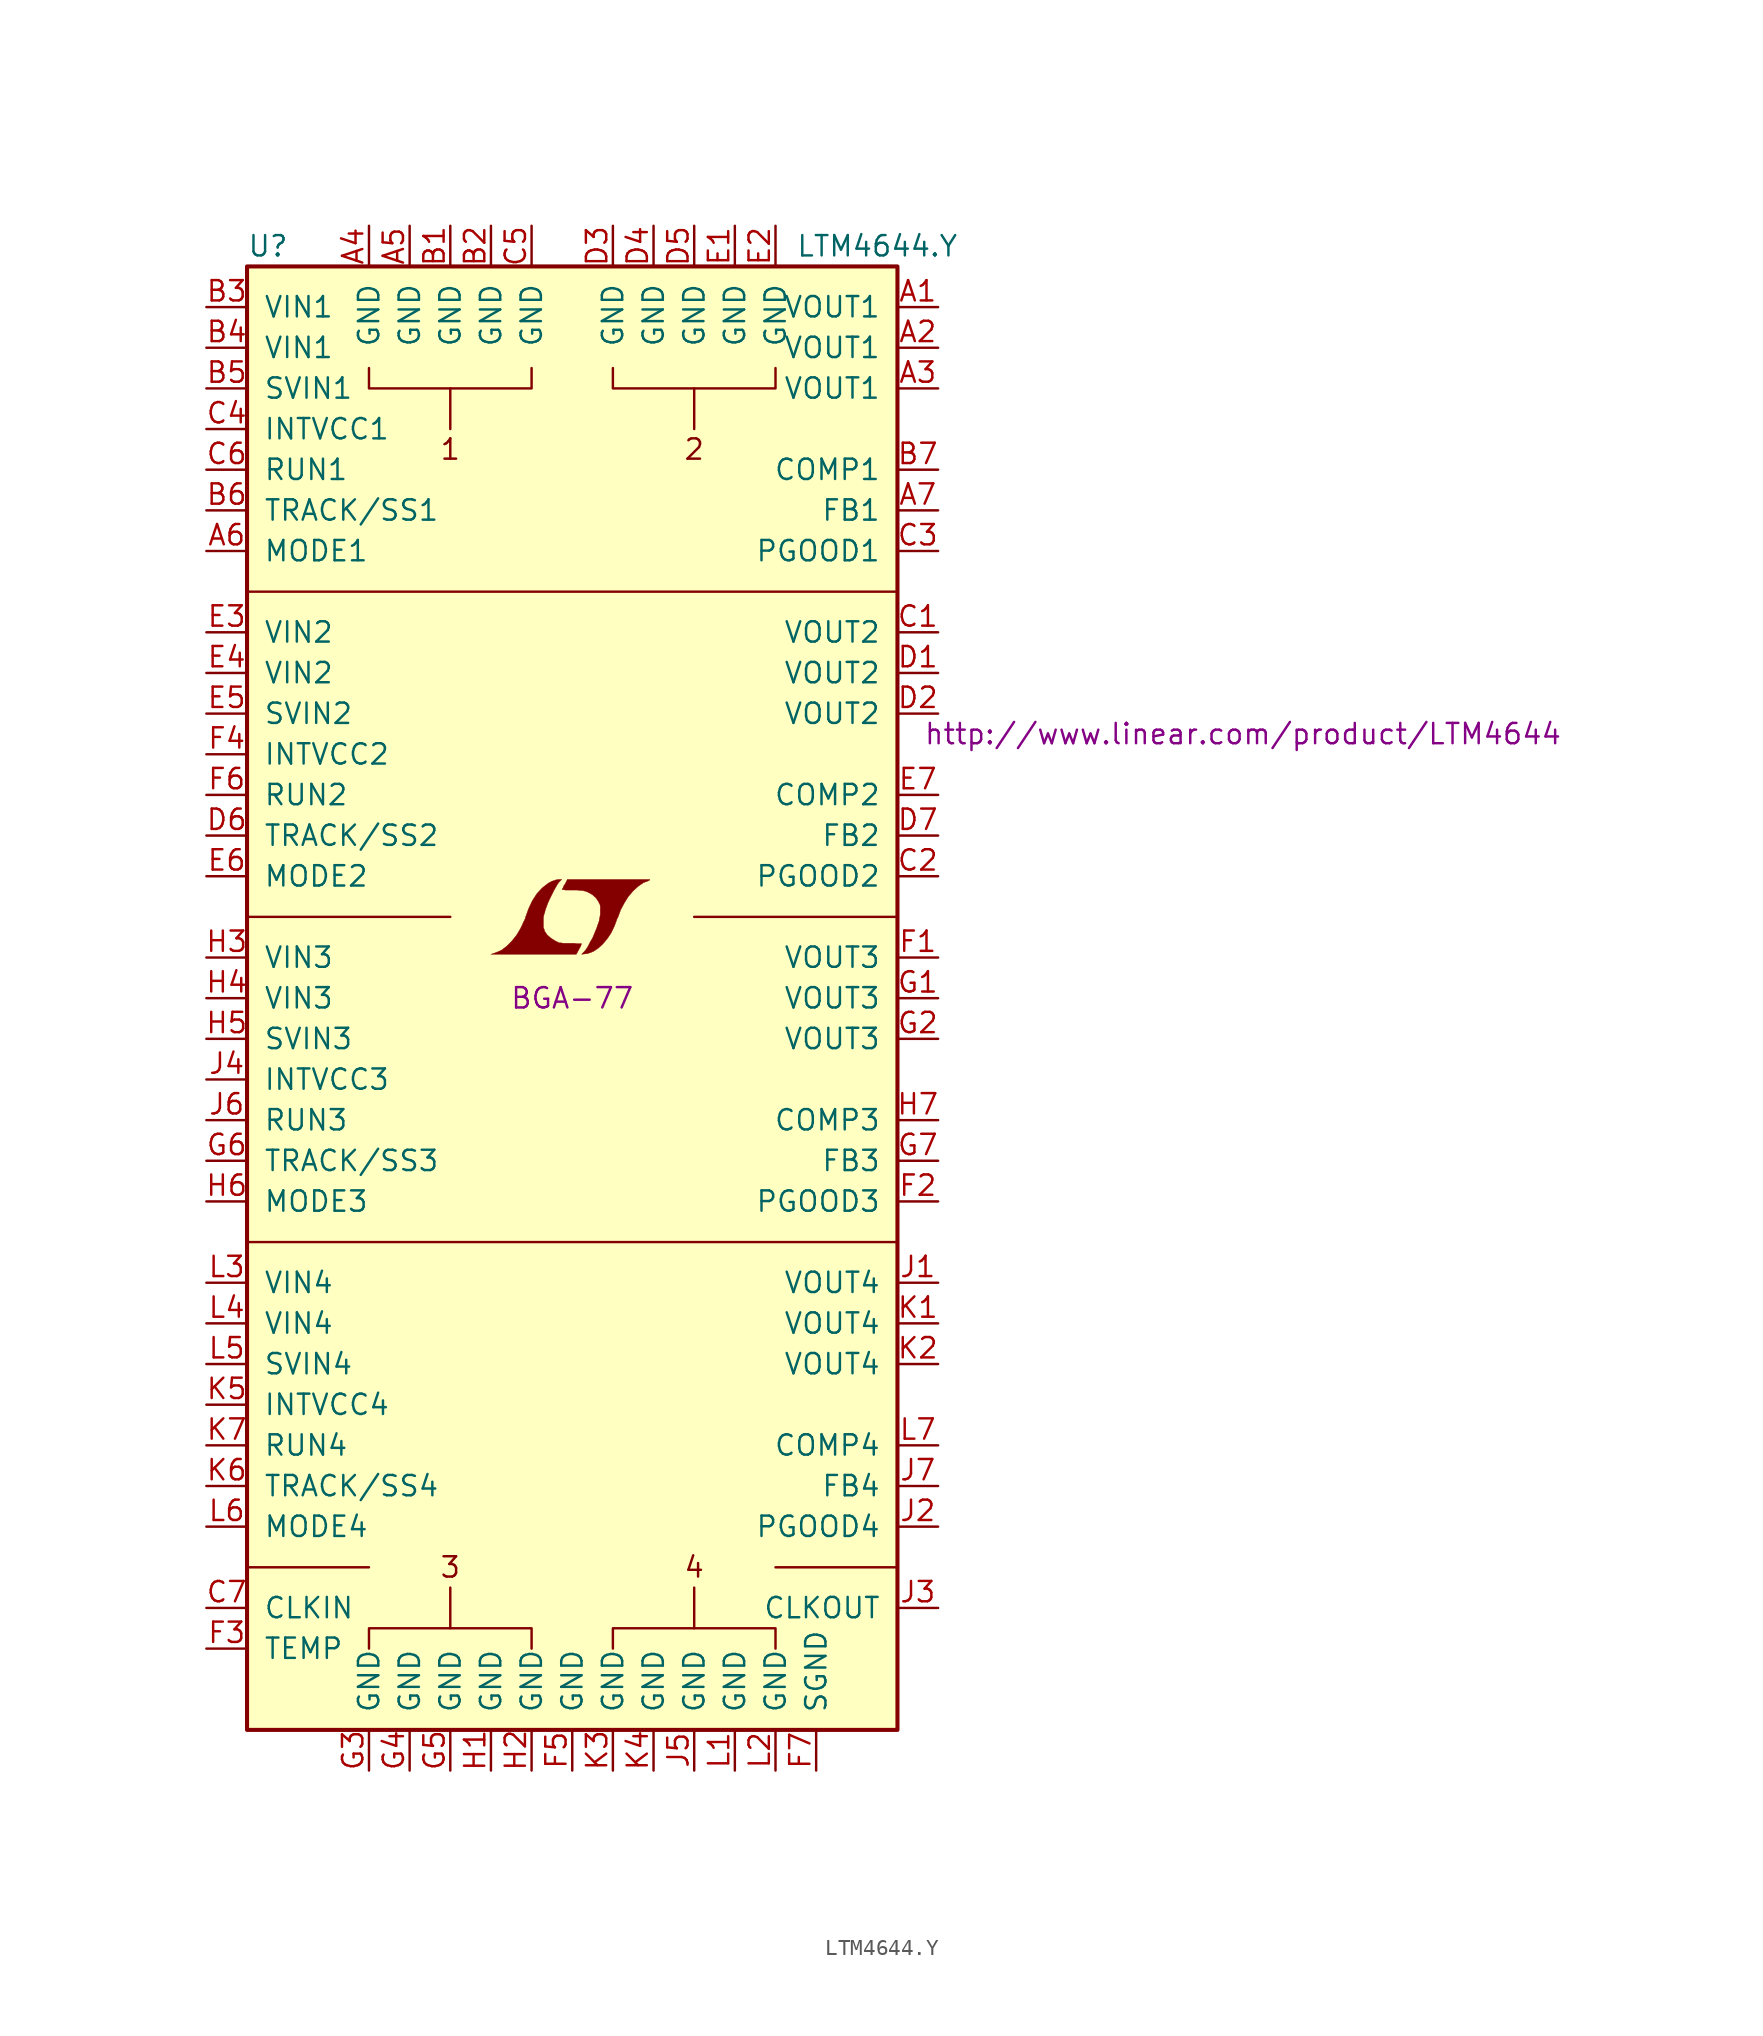
<source format=kicad_sym>
(kicad_symbol_lib
  (version 20201005)
  (generator kicad_symbol_editor)
  (symbol "LTM4644.Y"
    (pin_names
      (offset 1.016))
    (property "Reference" "U"
      (at -20.32 41.91 0)
      (effects (font (size 1.27 1.27)) (justify left)))
    (property "Value" "LTM4644.Y"
      (at 13.97 41.91 0)
      (effects (font (size 1.27 1.27)) (justify left)))
    (property "Footprint" "BGA-77"
      (at 0 -5.08 0)
      (effects (font (size 1.27 1.27))))
    (property "Datasheet" "http://www.linear.com/product/LTM4644"
      (at 41.91 11.43 0)
      (effects (font (size 1.27 1.27))))
    (symbol "LTM4644.Y_0_0"
      (text "1" (at -7.62 29.21 0) (effects (font (size 1.27 1.27))))
      (text "2" (at 7.62 29.21 0) (effects (font (size 1.27 1.27))))
      (text "3" (at -7.62 -40.64 0) (effects (font (size 1.27 1.27))))
      (text "4" (at 7.62 -40.64 0) (effects (font (size 1.27 1.27))))
      (polyline (pts (xy -20.32 -40.64) (xy -12.7 -40.64)) (stroke (width 0)) (fill (type none)))
      (polyline (pts (xy -7.62 -44.45) (xy -7.62 -41.91)) (stroke (width 0)) (fill (type none)))
      (polyline (pts (xy 7.62 -44.45) (xy 7.62 -41.91)) (stroke (width 0)) (fill (type none)))
      (polyline (pts (xy 20.32 -40.64) (xy 12.7 -40.64)) (stroke (width 0)) (fill (type none)))
      (polyline (pts (xy 0.432 -2.007) (xy 0.457 -1.956) (xy 0.533 -1.829) (xy 0.559 -1.727) (xy 0.584 -1.676) (xy 0.305 -1.676) (xy 0.127 -1.651) (xy -0.559 -1.651) (xy -0.686 -1.626) (xy -0.787 -1.626) (xy -0.864 -1.6) (xy -1.067 -1.499) (xy -1.346 -1.321) (xy -1.575 -1.118) (xy -1.727 -0.889) (xy -1.753 -0.787) (xy -1.803 -0.66) (xy -1.803 -0.051) (xy -1.778 0.102) (xy -1.727 0.254) (xy -1.676 0.457) (xy -1.626 0.584) (xy -1.524 0.864) (xy -1.397 1.143) (xy -1.143 1.651) (xy -1.016 1.88) (xy -0.914 2.057) (xy -0.813 2.184) (xy -0.66 2.337) (xy -0.838 2.337) (xy -1.016 2.311) (xy -1.245 2.235) (xy -1.448 2.134) (xy -1.626 2.007) (xy -1.88 1.803) (xy -2.21 1.448) (xy -2.489 1.016) (xy -2.718 0.533) (xy -2.921 -0.025) (xy -2.946 -0.127) (xy -3.048 -0.33) (xy -3.15 -0.559) (xy -3.251 -0.762) (xy -3.48 -1.143) (xy -3.785 -1.524) (xy -4.089 -1.829) (xy -4.42 -2.083) (xy -4.775 -2.235) (xy -5.08 -2.337) (xy 0.254 -2.337) (xy 0.432 -2.007)) (stroke (width 0.025)) (fill (type outline)))
      (polyline (pts (xy 0.813 -2.311) (xy 0.991 -2.286) (xy 1.321 -2.159) (xy 1.626 -1.956) (xy 1.905 -1.702) (xy 2.184 -1.372) (xy 2.438 -0.991) (xy 2.642 -0.559) (xy 2.819 -0.076) (xy 2.845 -0.051) (xy 3.023 0.432) (xy 3.251 0.864) (xy 3.505 1.27) (xy 3.81 1.626) (xy 4.115 1.905) (xy 4.445 2.134) (xy 4.775 2.261) (xy 4.775 2.286) (xy 4.826 2.286) (xy 4.851 2.311) (xy 4.826 2.337) (xy -0.305 2.337) (xy -0.457 2.032) (xy -0.508 1.981) (xy -0.559 1.854) (xy -0.635 1.702) (xy -0.559 1.702) (xy -0.432 1.676) (xy 0.305 1.676) (xy 0.483 1.651) (xy 0.61 1.651) (xy 0.711 1.626) (xy 0.838 1.6) (xy 0.965 1.549) (xy 1.245 1.397) (xy 1.473 1.194) (xy 1.651 0.94) (xy 1.676 0.864) (xy 1.727 0.787) (xy 1.753 0.66) (xy 1.753 0.152) (xy 1.727 0) (xy 1.702 -0.127) (xy 1.676 -0.279) (xy 1.6 -0.483) (xy 1.524 -0.711) (xy 1.27 -1.321) (xy 1.118 -1.575) (xy 0.991 -1.829) (xy 0.864 -2.032) (xy 0.762 -2.159) (xy 0.584 -2.337) (xy 0.813 -2.311)) (stroke (width 0.025)) (fill (type outline))))
    (symbol "LTM4644.Y_0_1"
      (rectangle (start -20.32 40.64) (end 20.32 -50.8) (stroke (width 0.254)) (fill (type background)))
      (polyline (pts (xy -20.32 -20.32) (xy 20.32 -20.32)) (stroke (width 0)) (fill (type none)))
      (polyline (pts (xy -20.32 0) (xy -7.62 0)) (stroke (width 0)) (fill (type none)))
      (polyline (pts (xy -20.32 20.32) (xy 20.32 20.32)) (stroke (width 0)) (fill (type none)))
      (polyline (pts (xy -7.62 33.02) (xy -7.62 30.48)) (stroke (width 0)) (fill (type none)))
      (polyline (pts (xy 7.62 33.02) (xy 7.62 30.48)) (stroke (width 0)) (fill (type none)))
      (polyline (pts (xy 20.32 0) (xy 7.62 0)) (stroke (width 0)) (fill (type none)))
      (polyline (pts (xy -12.7 -45.72) (xy -12.7 -44.45) (xy -2.54 -44.45) (xy -2.54 -45.72)) (stroke (width 0)) (fill (type none)))
      (polyline (pts (xy -12.7 34.29) (xy -12.7 33.02) (xy -2.54 33.02) (xy -2.54 34.29)) (stroke (width 0)) (fill (type none)))
      (polyline (pts (xy 2.54 -45.72) (xy 2.54 -44.45) (xy 12.7 -44.45) (xy 12.7 -45.72)) (stroke (width 0)) (fill (type none)))
      (polyline (pts (xy 2.54 34.29) (xy 2.54 33.02) (xy 12.7 33.02) (xy 12.7 34.29)) (stroke (width 0)) (fill (type none))))
    (symbol "LTM4644.Y_1_1"
      (pin power_out line (at 22.86 38.1 180) (length 2.54) (name "VOUT1" (effects (font (size 1.27 1.27)))) (number "A1" (effects (font (size 1.27 1.27)))))
      (pin power_out line (at 22.86 35.56 180) (length 2.54) (name "VOUT1" (effects (font (size 1.27 1.27)))) (number "A2" (effects (font (size 1.27 1.27)))))
      (pin power_out line (at 22.86 33.02 180) (length 2.54) (name "VOUT1" (effects (font (size 1.27 1.27)))) (number "A3" (effects (font (size 1.27 1.27)))))
      (pin power_in line (at -12.7 43.18 270) (length 2.54) (name "GND" (effects (font (size 1.27 1.27)))) (number "A4" (effects (font (size 1.27 1.27)))))
      (pin power_in line (at -10.16 43.18 270) (length 2.54) (name "GND" (effects (font (size 1.27 1.27)))) (number "A5" (effects (font (size 1.27 1.27)))))
      (pin input line (at -22.86 22.86 0) (length 2.54) (name "MODE1" (effects (font (size 1.27 1.27)))) (number "A6" (effects (font (size 1.27 1.27)))))
      (pin passive line (at 22.86 25.4 180) (length 2.54) (name "FB1" (effects (font (size 1.27 1.27)))) (number "A7" (effects (font (size 1.27 1.27)))))
      (pin power_in line (at -7.62 43.18 270) (length 2.54) (name "GND" (effects (font (size 1.27 1.27)))) (number "B1" (effects (font (size 1.27 1.27)))))
      (pin power_in line (at -5.08 43.18 270) (length 2.54) (name "GND" (effects (font (size 1.27 1.27)))) (number "B2" (effects (font (size 1.27 1.27)))))
      (pin power_in line (at -22.86 38.1 0) (length 2.54) (name "VIN1" (effects (font (size 1.27 1.27)))) (number "B3" (effects (font (size 1.27 1.27)))))
      (pin power_in line (at -22.86 35.56 0) (length 2.54) (name "VIN1" (effects (font (size 1.27 1.27)))) (number "B4" (effects (font (size 1.27 1.27)))))
      (pin power_in line (at -22.86 33.02 0) (length 2.54) (name "SVIN1" (effects (font (size 1.27 1.27)))) (number "B5" (effects (font (size 1.27 1.27)))))
      (pin passive line (at -22.86 25.4 0) (length 2.54) (name "TRACK/SS1" (effects (font (size 1.27 1.27)))) (number "B6" (effects (font (size 1.27 1.27)))))
      (pin passive line (at 22.86 27.94 180) (length 2.54) (name "COMP1" (effects (font (size 1.27 1.27)))) (number "B7" (effects (font (size 1.27 1.27)))))
      (pin power_out line (at 22.86 17.78 180) (length 2.54) (name "VOUT2" (effects (font (size 1.27 1.27)))) (number "C1" (effects (font (size 1.27 1.27)))))
      (pin open_collector line (at 22.86 2.54 180) (length 2.54) (name "PGOOD2" (effects (font (size 1.27 1.27)))) (number "C2" (effects (font (size 1.27 1.27)))))
      (pin open_collector line (at 22.86 22.86 180) (length 2.54) (name "PGOOD1" (effects (font (size 1.27 1.27)))) (number "C3" (effects (font (size 1.27 1.27)))))
      (pin passive line (at -22.86 30.48 0) (length 2.54) (name "INTVCC1" (effects (font (size 1.27 1.27)))) (number "C4" (effects (font (size 1.27 1.27)))))
      (pin output line (at -2.54 43.18 270) (length 2.54) (name "GND" (effects (font (size 1.27 1.27)))) (number "C5" (effects (font (size 1.27 1.27)))))
      (pin input line (at -22.86 27.94 0) (length 2.54) (name "RUN1" (effects (font (size 1.27 1.27)))) (number "C6" (effects (font (size 1.27 1.27)))))
      (pin input line (at -22.86 -43.18 0) (length 2.54) (name "CLKIN" (effects (font (size 1.27 1.27)))) (number "C7" (effects (font (size 1.27 1.27)))))
      (pin power_out line (at 22.86 15.24 180) (length 2.54) (name "VOUT2" (effects (font (size 1.27 1.27)))) (number "D1" (effects (font (size 1.27 1.27)))))
      (pin power_out line (at 22.86 12.7 180) (length 2.54) (name "VOUT2" (effects (font (size 1.27 1.27)))) (number "D2" (effects (font (size 1.27 1.27)))))
      (pin power_in line (at 2.54 43.18 270) (length 2.54) (name "GND" (effects (font (size 1.27 1.27)))) (number "D3" (effects (font (size 1.27 1.27)))))
      (pin power_in line (at 5.08 43.18 270) (length 2.54) (name "GND" (effects (font (size 1.27 1.27)))) (number "D4" (effects (font (size 1.27 1.27)))))
      (pin power_in line (at 7.62 43.18 270) (length 2.54) (name "GND" (effects (font (size 1.27 1.27)))) (number "D5" (effects (font (size 1.27 1.27)))))
      (pin passive line (at -22.86 5.08 0) (length 2.54) (name "TRACK/SS2" (effects (font (size 1.27 1.27)))) (number "D6" (effects (font (size 1.27 1.27)))))
      (pin passive line (at 22.86 5.08 180) (length 2.54) (name "FB2" (effects (font (size 1.27 1.27)))) (number "D7" (effects (font (size 1.27 1.27)))))
      (pin power_in line (at 10.16 43.18 270) (length 2.54) (name "GND" (effects (font (size 1.27 1.27)))) (number "E1" (effects (font (size 1.27 1.27)))))
      (pin power_in line (at 12.7 43.18 270) (length 2.54) (name "GND" (effects (font (size 1.27 1.27)))) (number "E2" (effects (font (size 1.27 1.27)))))
      (pin power_in line (at -22.86 17.78 0) (length 2.54) (name "VIN2" (effects (font (size 1.27 1.27)))) (number "E3" (effects (font (size 1.27 1.27)))))
      (pin power_in line (at -22.86 15.24 0) (length 2.54) (name "VIN2" (effects (font (size 1.27 1.27)))) (number "E4" (effects (font (size 1.27 1.27)))))
      (pin power_in line (at -22.86 12.7 0) (length 2.54) (name "SVIN2" (effects (font (size 1.27 1.27)))) (number "E5" (effects (font (size 1.27 1.27)))))
      (pin input line (at -22.86 2.54 0) (length 2.54) (name "MODE2" (effects (font (size 1.27 1.27)))) (number "E6" (effects (font (size 1.27 1.27)))))
      (pin passive line (at 22.86 7.62 180) (length 2.54) (name "COMP2" (effects (font (size 1.27 1.27)))) (number "E7" (effects (font (size 1.27 1.27)))))
      (pin power_out line (at 22.86 -2.54 180) (length 2.54) (name "VOUT3" (effects (font (size 1.27 1.27)))) (number "F1" (effects (font (size 1.27 1.27)))))
      (pin open_collector line (at 22.86 -17.78 180) (length 2.54) (name "PGOOD3" (effects (font (size 1.27 1.27)))) (number "F2" (effects (font (size 1.27 1.27)))))
      (pin passive line (at -22.86 -45.72 0) (length 2.54) (name "TEMP" (effects (font (size 1.27 1.27)))) (number "F3" (effects (font (size 1.27 1.27)))))
      (pin passive line (at -22.86 10.16 0) (length 2.54) (name "INTVCC2" (effects (font (size 1.27 1.27)))) (number "F4" (effects (font (size 1.27 1.27)))))
      (pin power_in line (at 0 -53.34 90) (length 2.54) (name "GND" (effects (font (size 1.27 1.27)))) (number "F5" (effects (font (size 1.27 1.27)))))
      (pin input line (at -22.86 7.62 0) (length 2.54) (name "RUN2" (effects (font (size 1.27 1.27)))) (number "F6" (effects (font (size 1.27 1.27)))))
      (pin power_in line (at 15.24 -53.34 90) (length 2.54) (name "SGND" (effects (font (size 1.27 1.27)))) (number "F7" (effects (font (size 1.27 1.27)))))
      (pin power_out line (at 22.86 -5.08 180) (length 2.54) (name "VOUT3" (effects (font (size 1.27 1.27)))) (number "G1" (effects (font (size 1.27 1.27)))))
      (pin power_out line (at 22.86 -7.62 180) (length 2.54) (name "VOUT3" (effects (font (size 1.27 1.27)))) (number "G2" (effects (font (size 1.27 1.27)))))
      (pin power_in line (at -12.7 -53.34 90) (length 2.54) (name "GND" (effects (font (size 1.27 1.27)))) (number "G3" (effects (font (size 1.27 1.27)))))
      (pin power_in line (at -10.16 -53.34 90) (length 2.54) (name "GND" (effects (font (size 1.27 1.27)))) (number "G4" (effects (font (size 1.27 1.27)))))
      (pin power_in line (at -7.62 -53.34 90) (length 2.54) (name "GND" (effects (font (size 1.27 1.27)))) (number "G5" (effects (font (size 1.27 1.27)))))
      (pin passive line (at -22.86 -15.24 0) (length 2.54) (name "TRACK/SS3" (effects (font (size 1.27 1.27)))) (number "G6" (effects (font (size 1.27 1.27)))))
      (pin passive line (at 22.86 -15.24 180) (length 2.54) (name "FB3" (effects (font (size 1.27 1.27)))) (number "G7" (effects (font (size 1.27 1.27)))))
      (pin power_in line (at -5.08 -53.34 90) (length 2.54) (name "GND" (effects (font (size 1.27 1.27)))) (number "H1" (effects (font (size 1.27 1.27)))))
      (pin power_in line (at -2.54 -53.34 90) (length 2.54) (name "GND" (effects (font (size 1.27 1.27)))) (number "H2" (effects (font (size 1.27 1.27)))))
      (pin power_in line (at -22.86 -2.54 0) (length 2.54) (name "VIN3" (effects (font (size 1.27 1.27)))) (number "H3" (effects (font (size 1.27 1.27)))))
      (pin power_in line (at -22.86 -5.08 0) (length 2.54) (name "VIN3" (effects (font (size 1.27 1.27)))) (number "H4" (effects (font (size 1.27 1.27)))))
      (pin power_in line (at -22.86 -7.62 0) (length 2.54) (name "SVIN3" (effects (font (size 1.27 1.27)))) (number "H5" (effects (font (size 1.27 1.27)))))
      (pin input line (at -22.86 -17.78 0) (length 2.54) (name "MODE3" (effects (font (size 1.27 1.27)))) (number "H6" (effects (font (size 1.27 1.27)))))
      (pin passive line (at 22.86 -12.7 180) (length 2.54) (name "COMP3" (effects (font (size 1.27 1.27)))) (number "H7" (effects (font (size 1.27 1.27)))))
      (pin power_out line (at 22.86 -22.86 180) (length 2.54) (name "VOUT4" (effects (font (size 1.27 1.27)))) (number "J1" (effects (font (size 1.27 1.27)))))
      (pin open_collector line (at 22.86 -38.1 180) (length 2.54) (name "PGOOD4" (effects (font (size 1.27 1.27)))) (number "J2" (effects (font (size 1.27 1.27)))))
      (pin output line (at 22.86 -43.18 180) (length 2.54) (name "CLKOUT" (effects (font (size 1.27 1.27)))) (number "J3" (effects (font (size 1.27 1.27)))))
      (pin passive line (at -22.86 -10.16 0) (length 2.54) (name "INTVCC3" (effects (font (size 1.27 1.27)))) (number "J4" (effects (font (size 1.27 1.27)))))
      (pin power_in line (at 7.62 -53.34 90) (length 2.54) (name "GND" (effects (font (size 1.27 1.27)))) (number "J5" (effects (font (size 1.27 1.27)))))
      (pin input line (at -22.86 -12.7 0) (length 2.54) (name "RUN3" (effects (font (size 1.27 1.27)))) (number "J6" (effects (font (size 1.27 1.27)))))
      (pin passive line (at 22.86 -35.56 180) (length 2.54) (name "FB4" (effects (font (size 1.27 1.27)))) (number "J7" (effects (font (size 1.27 1.27)))))
      (pin power_out line (at 22.86 -25.4 180) (length 2.54) (name "VOUT4" (effects (font (size 1.27 1.27)))) (number "K1" (effects (font (size 1.27 1.27)))))
      (pin power_out line (at 22.86 -27.94 180) (length 2.54) (name "VOUT4" (effects (font (size 1.27 1.27)))) (number "K2" (effects (font (size 1.27 1.27)))))
      (pin power_in line (at 2.54 -53.34 90) (length 2.54) (name "GND" (effects (font (size 1.27 1.27)))) (number "K3" (effects (font (size 1.27 1.27)))))
      (pin power_in line (at 5.08 -53.34 90) (length 2.54) (name "GND" (effects (font (size 1.27 1.27)))) (number "K4" (effects (font (size 1.27 1.27)))))
      (pin passive line (at -22.86 -30.48 0) (length 2.54) (name "INTVCC4" (effects (font (size 1.27 1.27)))) (number "K5" (effects (font (size 1.27 1.27)))))
      (pin passive line (at -22.86 -35.56 0) (length 2.54) (name "TRACK/SS4" (effects (font (size 1.27 1.27)))) (number "K6" (effects (font (size 1.27 1.27)))))
      (pin input line (at -22.86 -33.02 0) (length 2.54) (name "RUN4" (effects (font (size 1.27 1.27)))) (number "K7" (effects (font (size 1.27 1.27)))))
      (pin power_in line (at 10.16 -53.34 90) (length 2.54) (name "GND" (effects (font (size 1.27 1.27)))) (number "L1" (effects (font (size 1.27 1.27)))))
      (pin power_in line (at 12.7 -53.34 90) (length 2.54) (name "GND" (effects (font (size 1.27 1.27)))) (number "L2" (effects (font (size 1.27 1.27)))))
      (pin power_in line (at -22.86 -22.86 0) (length 2.54) (name "VIN4" (effects (font (size 1.27 1.27)))) (number "L3" (effects (font (size 1.27 1.27)))))
      (pin power_in line (at -22.86 -25.4 0) (length 2.54) (name "VIN4" (effects (font (size 1.27 1.27)))) (number "L4" (effects (font (size 1.27 1.27)))))
      (pin power_in line (at -22.86 -27.94 0) (length 2.54) (name "SVIN4" (effects (font (size 1.27 1.27)))) (number "L5" (effects (font (size 1.27 1.27)))))
      (pin input line (at -22.86 -38.1 0) (length 2.54) (name "MODE4" (effects (font (size 1.27 1.27)))) (number "L6" (effects (font (size 1.27 1.27)))))
      (pin passive line (at 22.86 -33.02 180) (length 2.54) (name "COMP4" (effects (font (size 1.27 1.27)))) (number "L7" (effects (font (size 1.27 1.27))))))))
</source>
